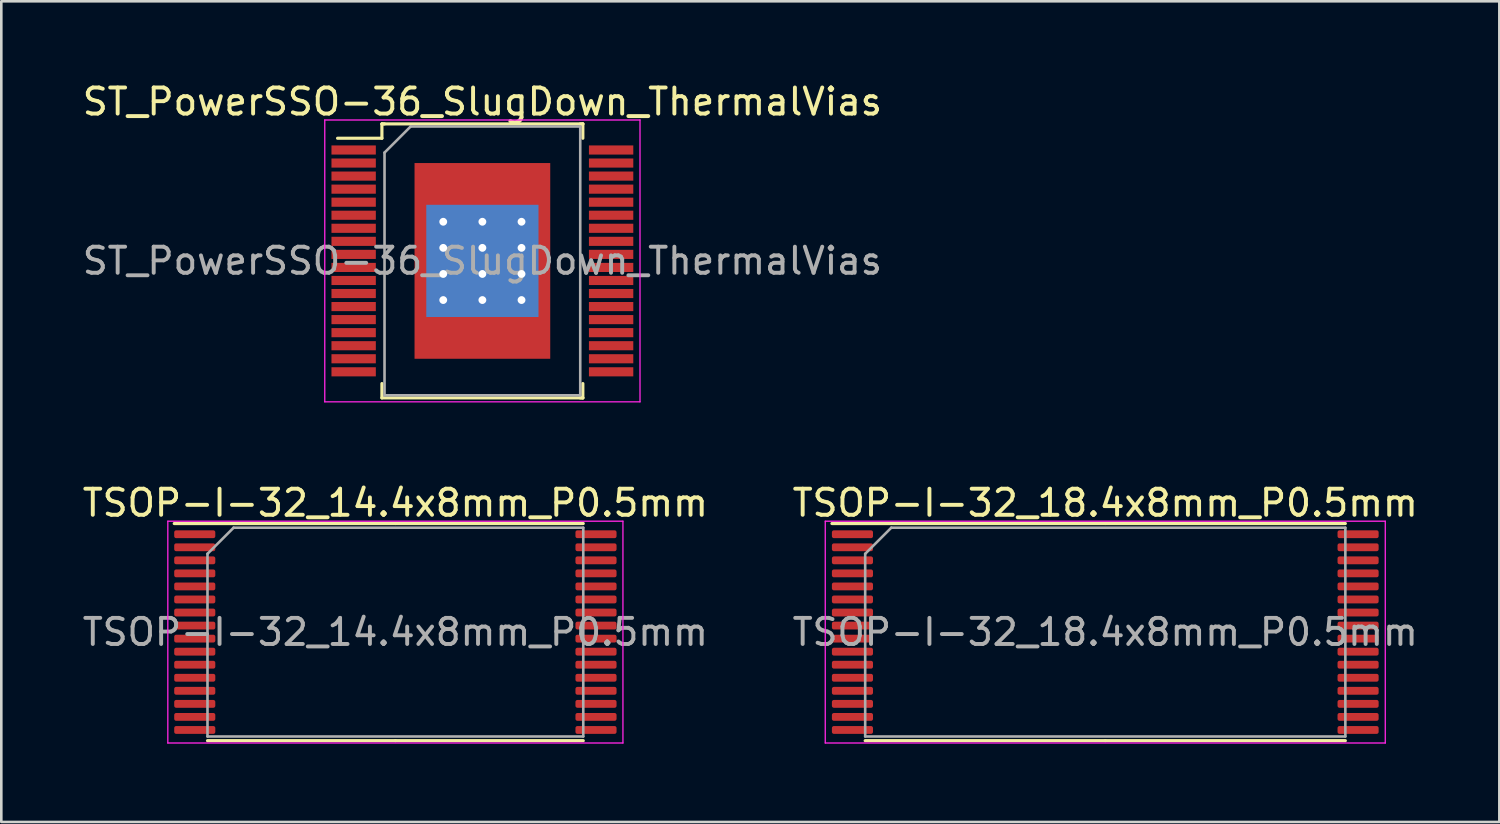
<source format=kicad_pcb>
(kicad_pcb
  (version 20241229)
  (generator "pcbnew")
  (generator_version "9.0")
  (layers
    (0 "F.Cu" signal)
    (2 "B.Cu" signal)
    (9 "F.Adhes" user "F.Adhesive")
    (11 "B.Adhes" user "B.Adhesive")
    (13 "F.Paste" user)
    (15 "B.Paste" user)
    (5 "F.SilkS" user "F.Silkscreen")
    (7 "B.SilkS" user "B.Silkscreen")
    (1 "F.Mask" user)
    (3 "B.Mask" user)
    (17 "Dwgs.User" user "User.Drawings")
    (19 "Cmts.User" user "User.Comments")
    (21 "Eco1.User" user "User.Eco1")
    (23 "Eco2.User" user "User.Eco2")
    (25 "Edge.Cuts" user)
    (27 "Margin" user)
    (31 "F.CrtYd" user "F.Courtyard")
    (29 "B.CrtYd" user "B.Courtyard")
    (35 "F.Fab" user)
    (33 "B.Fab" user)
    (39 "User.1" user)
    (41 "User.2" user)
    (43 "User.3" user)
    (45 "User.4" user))
  (footprint "ST_PowerSSO-36_SlugDown_ThermalVias"
    (layer "F.Cu")
    (at 15.435 6.948)
    (property "Reference" "ST_PowerSSO-36_SlugDown_ThermalVias" (at 0 -6.1 0) (layer "F.SilkS") (effects (font (size 1 1) (thickness 0.15))))
    (attr smd)
    (fp_line (start -3.85 -5.25) (end -3.85 -4.7) (stroke (width 0.12) (type solid)) (layer "F.SilkS"))
    (fp_line (start -3.85 -4.7) (end -5.55 -4.7) (stroke (width 0.12) (type solid)) (layer "F.SilkS"))
    (fp_line (start -3.85 5.25) (end -3.85 4.7) (stroke (width 0.12) (type solid)) (layer "F.SilkS"))
    (fp_line (start -3.75 -5.25) (end -3.85 -5.25) (stroke (width 0.12) (type solid)) (layer "F.SilkS"))
    (fp_line (start 3.75 -5.25) (end 3.85 -5.25) (stroke (width 0.12) (type solid)) (layer "F.SilkS"))
    (fp_line (start 3.75 5.25) (end 3.85 5.25) (stroke (width 0.12) (type solid)) (layer "F.SilkS"))
    (fp_line (start 3.85 -5.25) (end -3.85 -5.25) (stroke (width 0.12) (type solid)) (layer "F.SilkS"))
    (fp_line (start 3.85 -5.25) (end 3.85 -4.7) (stroke (width 0.12) (type solid)) (layer "F.SilkS"))
    (fp_line (start 3.85 5.25) (end -3.85 5.25) (stroke (width 0.12) (type solid)) (layer "F.SilkS"))
    (fp_line (start 3.85 5.25) (end 3.85 4.7) (stroke (width 0.12) (type solid)) (layer "F.SilkS"))
    (fp_line (start -6.04 -5.4) (end -6.04 5.4) (stroke (width 0.05) (type solid)) (layer "F.CrtYd"))
    (fp_line (start -6.04 -5.4) (end 6.04 -5.4) (stroke (width 0.05) (type solid)) (layer "F.CrtYd"))
    (fp_line (start 6.04 5.4) (end -6.04 5.4) (stroke (width 0.05) (type solid)) (layer "F.CrtYd"))
    (fp_line (start 6.04 5.4) (end 6.04 -5.4) (stroke (width 0.05) (type solid)) (layer "F.CrtYd"))
    (fp_line (start -3.75 -4.15) (end -3.75 5.15) (stroke (width 0.1) (type solid)) (layer "F.Fab"))
    (fp_line (start -3.75 5.15) (end 3.75 5.15) (stroke (width 0.1) (type solid)) (layer "F.Fab"))
    (fp_line (start -2.75 -5.15) (end -3.75 -4.15) (stroke (width 0.1) (type solid)) (layer "F.Fab"))
    (fp_line (start 3.75 -5.15) (end -2.75 -5.15) (stroke (width 0.1) (type solid)) (layer "F.Fab"))
    (fp_line (start 3.75 5.15) (end 3.75 -5.15) (stroke (width 0.1) (type solid)) (layer "F.Fab"))
    (fp_text user "${REFERENCE}" (at 0 0 0) (layer "F.Fab") (effects (font (size 1 1) (thickness 0.15))))
    (pad "1" smd rect (at -4.933 -4.25) (size 1.7 0.35) (layers "F.Cu" "F.Mask" "F.Paste"))
    (pad "2" smd rect (at -4.933 -3.75) (size 1.7 0.35) (layers "F.Cu" "F.Mask" "F.Paste"))
    (pad "3" smd rect (at -4.933 -3.25) (size 1.7 0.35) (layers "F.Cu" "F.Mask" "F.Paste"))
    (pad "4" smd rect (at -4.933 -2.75) (size 1.7 0.35) (layers "F.Cu" "F.Mask" "F.Paste"))
    (pad "5" smd rect (at -4.933 -2.25) (size 1.7 0.35) (layers "F.Cu" "F.Mask" "F.Paste"))
    (pad "6" smd rect (at -4.933 -1.75) (size 1.7 0.35) (layers "F.Cu" "F.Mask" "F.Paste"))
    (pad "7" smd rect (at -4.933 -1.25) (size 1.7 0.35) (layers "F.Cu" "F.Mask" "F.Paste"))
    (pad "8" smd rect (at -4.933 -0.75) (size 1.7 0.35) (layers "F.Cu" "F.Mask" "F.Paste"))
    (pad "9" smd rect (at -4.933 -0.25) (size 1.7 0.35) (layers "F.Cu" "F.Mask" "F.Paste"))
    (pad "10" smd rect (at -4.933 0.25) (size 1.7 0.35) (layers "F.Cu" "F.Mask" "F.Paste"))
    (pad "11" smd rect (at -4.933 0.75) (size 1.7 0.35) (layers "F.Cu" "F.Mask" "F.Paste"))
    (pad "12" smd rect (at -4.933 1.25) (size 1.7 0.35) (layers "F.Cu" "F.Mask" "F.Paste"))
    (pad "13" smd rect (at -4.933 1.75) (size 1.7 0.35) (layers "F.Cu" "F.Mask" "F.Paste"))
    (pad "14" smd rect (at -4.933 2.25) (size 1.7 0.35) (layers "F.Cu" "F.Mask" "F.Paste"))
    (pad "15" smd rect (at -4.933 2.75) (size 1.7 0.35) (layers "F.Cu" "F.Mask" "F.Paste"))
    (pad "16" smd rect (at -4.933 3.25) (size 1.7 0.35) (layers "F.Cu" "F.Mask" "F.Paste"))
    (pad "17" smd rect (at -4.933 3.75) (size 1.7 0.35) (layers "F.Cu" "F.Mask" "F.Paste"))
    (pad "18" smd rect (at -4.933 4.25) (size 1.7 0.35) (layers "F.Cu" "F.Mask" "F.Paste"))
    (pad "19" smd rect (at 4.933 4.25) (size 1.7 0.35) (layers "F.Cu" "F.Mask" "F.Paste"))
    (pad "20" smd rect (at 4.933 3.75) (size 1.7 0.35) (layers "F.Cu" "F.Mask" "F.Paste"))
    (pad "21" smd rect (at 4.933 3.25) (size 1.7 0.35) (layers "F.Cu" "F.Mask" "F.Paste"))
    (pad "22" smd rect (at 4.933 2.75) (size 1.7 0.35) (layers "F.Cu" "F.Mask" "F.Paste"))
    (pad "23" smd rect (at 4.933 2.25) (size 1.7 0.35) (layers "F.Cu" "F.Mask" "F.Paste"))
    (pad "24" smd rect (at 4.933 1.75) (size 1.7 0.35) (layers "F.Cu" "F.Mask" "F.Paste"))
    (pad "25" smd rect (at 4.933 1.25) (size 1.7 0.35) (layers "F.Cu" "F.Mask" "F.Paste"))
    (pad "26" smd rect (at 4.933 0.75) (size 1.7 0.35) (layers "F.Cu" "F.Mask" "F.Paste"))
    (pad "27" smd rect (at 4.933 0.25) (size 1.7 0.35) (layers "F.Cu" "F.Mask" "F.Paste"))
    (pad "28" smd rect (at 4.933 -0.25) (size 1.7 0.35) (layers "F.Cu" "F.Mask" "F.Paste"))
    (pad "29" smd rect (at 4.933 -0.75) (size 1.7 0.35) (layers "F.Cu" "F.Mask" "F.Paste"))
    (pad "30" smd rect (at 4.933 -1.25) (size 1.7 0.35) (layers "F.Cu" "F.Mask" "F.Paste"))
    (pad "31" smd rect (at 4.933 -1.75) (size 1.7 0.35) (layers "F.Cu" "F.Mask" "F.Paste"))
    (pad "32" smd rect (at 4.933 -2.25) (size 1.7 0.35) (layers "F.Cu" "F.Mask" "F.Paste"))
    (pad "33" smd rect (at 4.933 -2.75) (size 1.7 0.35) (layers "F.Cu" "F.Mask" "F.Paste"))
    (pad "34" smd rect (at 4.933 -3.25) (size 1.7 0.35) (layers "F.Cu" "F.Mask" "F.Paste"))
    (pad "35" smd rect (at 4.933 -3.75) (size 1.7 0.35) (layers "F.Cu" "F.Mask" "F.Paste"))
    (pad "36" smd rect (at 4.933 -4.25) (size 1.7 0.35) (layers "F.Cu" "F.Mask" "F.Paste"))
    (pad "37" thru_hole circle (at -1.5 -1.5) (size 0.6 0.6) (drill 0.3) (layers "*.Cu"))
    (pad "37" thru_hole circle (at -1.5 -0.5) (size 0.6 0.6) (drill 0.3) (layers "*.Cu"))
    (pad "37" thru_hole circle (at -1.5 0.5) (size 0.6 0.6) (drill 0.3) (layers "*.Cu"))
    (pad "37" thru_hole circle (at -1.5 1.5) (size 0.6 0.6) (drill 0.3) (layers "*.Cu"))
    (pad "37" thru_hole circle (at 0 -1.5) (size 0.6 0.6) (drill 0.3) (layers "*.Cu"))
    (pad "37" thru_hole circle (at 0 -0.5) (size 0.6 0.6) (drill 0.3) (layers "*.Cu"))
    (pad "37" smd rect (at 0 0) (size 4.3 4.3) (layers "B.Cu"))
    (pad "37" smd rect (at 0 0) (size 5.2 7.5) (layers "F.Cu" "F.Mask" "F.Paste"))
    (pad "37" thru_hole circle (at 0 0.5) (size 0.6 0.6) (drill 0.3) (layers "*.Cu"))
    (pad "37" thru_hole circle (at 0 1.5) (size 0.6 0.6) (drill 0.3) (layers "*.Cu"))
    (pad "37" thru_hole circle (at 1.5 -1.5) (size 0.6 0.6) (drill 0.3) (layers "*.Cu"))
    (pad "37" thru_hole circle (at 1.5 -0.5) (size 0.6 0.6) (drill 0.3) (layers "*.Cu"))
    (pad "37" thru_hole circle (at 1.5 0.5) (size 0.6 0.6) (drill 0.3) (layers "*.Cu"))
    (pad "37" thru_hole circle (at 1.5 1.5) (size 0.6 0.6) (drill 0.3) (layers "*.Cu")))
  (footprint "TSOP-I-32_14.4x8mm_P0.5mm"
    (layer "F.Cu")
    (at 12.101 21.172)
    (property "Reference" "TSOP-I-32_14.4x8mm_P0.5mm" (at 0 -4.95 0) (layer "F.SilkS") (effects (font (size 1 1) (thickness 0.15))))
    (attr smd)
    (fp_line (start 0 -4.16) (end -8.475 -4.16) (stroke (width 0.12) (type solid)) (layer "F.SilkS"))
    (fp_line (start 0 -4.16) (end 7.2 -4.16) (stroke (width 0.12) (type solid)) (layer "F.SilkS"))
    (fp_line (start 0 4.16) (end -7.2 4.16) (stroke (width 0.12) (type solid)) (layer "F.SilkS"))
    (fp_line (start 0 4.16) (end 7.2 4.16) (stroke (width 0.12) (type solid)) (layer "F.SilkS"))
    (fp_line (start -8.72 -4.25) (end -8.72 4.25) (stroke (width 0.05) (type solid)) (layer "F.CrtYd"))
    (fp_line (start -8.72 4.25) (end 8.72 4.25) (stroke (width 0.05) (type solid)) (layer "F.CrtYd"))
    (fp_line (start 8.72 -4.25) (end -8.72 -4.25) (stroke (width 0.05) (type solid)) (layer "F.CrtYd"))
    (fp_line (start 8.72 4.25) (end 8.72 -4.25) (stroke (width 0.05) (type solid)) (layer "F.CrtYd"))
    (fp_line (start -7.2 -3) (end -6.2 -4) (stroke (width 0.1) (type solid)) (layer "F.Fab"))
    (fp_line (start -7.2 4) (end -7.2 -3) (stroke (width 0.1) (type solid)) (layer "F.Fab"))
    (fp_line (start -6.2 -4) (end 7.2 -4) (stroke (width 0.1) (type solid)) (layer "F.Fab"))
    (fp_line (start 7.2 -4) (end 7.2 4) (stroke (width 0.1) (type solid)) (layer "F.Fab"))
    (fp_line (start 7.2 4) (end -7.2 4) (stroke (width 0.1) (type solid)) (layer "F.Fab"))
    (fp_text user "${REFERENCE}" (at 0 0 0) (layer "F.Fab") (effects (font (size 1 1) (thickness 0.15))))
    (pad "1" smd roundrect (at -7.688 -3.75) (size 1.575 0.3) (layers "F.Cu" "F.Mask" "F.Paste") (roundrect_rratio 0.25))
    (pad "2" smd roundrect (at -7.688 -3.25) (size 1.575 0.3) (layers "F.Cu" "F.Mask" "F.Paste") (roundrect_rratio 0.25))
    (pad "3" smd roundrect (at -7.688 -2.75) (size 1.575 0.3) (layers "F.Cu" "F.Mask" "F.Paste") (roundrect_rratio 0.25))
    (pad "4" smd roundrect (at -7.688 -2.25) (size 1.575 0.3) (layers "F.Cu" "F.Mask" "F.Paste") (roundrect_rratio 0.25))
    (pad "5" smd roundrect (at -7.688 -1.75) (size 1.575 0.3) (layers "F.Cu" "F.Mask" "F.Paste") (roundrect_rratio 0.25))
    (pad "6" smd roundrect (at -7.688 -1.25) (size 1.575 0.3) (layers "F.Cu" "F.Mask" "F.Paste") (roundrect_rratio 0.25))
    (pad "7" smd roundrect (at -7.688 -0.75) (size 1.575 0.3) (layers "F.Cu" "F.Mask" "F.Paste") (roundrect_rratio 0.25))
    (pad "8" smd roundrect (at -7.688 -0.25) (size 1.575 0.3) (layers "F.Cu" "F.Mask" "F.Paste") (roundrect_rratio 0.25))
    (pad "9" smd roundrect (at -7.688 0.25) (size 1.575 0.3) (layers "F.Cu" "F.Mask" "F.Paste") (roundrect_rratio 0.25))
    (pad "10" smd roundrect (at -7.688 0.75) (size 1.575 0.3) (layers "F.Cu" "F.Mask" "F.Paste") (roundrect_rratio 0.25))
    (pad "11" smd roundrect (at -7.688 1.25) (size 1.575 0.3) (layers "F.Cu" "F.Mask" "F.Paste") (roundrect_rratio 0.25))
    (pad "12" smd roundrect (at -7.688 1.75) (size 1.575 0.3) (layers "F.Cu" "F.Mask" "F.Paste") (roundrect_rratio 0.25))
    (pad "13" smd roundrect (at -7.688 2.25) (size 1.575 0.3) (layers "F.Cu" "F.Mask" "F.Paste") (roundrect_rratio 0.25))
    (pad "14" smd roundrect (at -7.688 2.75) (size 1.575 0.3) (layers "F.Cu" "F.Mask" "F.Paste") (roundrect_rratio 0.25))
    (pad "15" smd roundrect (at -7.688 3.25) (size 1.575 0.3) (layers "F.Cu" "F.Mask" "F.Paste") (roundrect_rratio 0.25))
    (pad "16" smd roundrect (at -7.688 3.75) (size 1.575 0.3) (layers "F.Cu" "F.Mask" "F.Paste") (roundrect_rratio 0.25))
    (pad "17" smd roundrect (at 7.688 3.75) (size 1.575 0.3) (layers "F.Cu" "F.Mask" "F.Paste") (roundrect_rratio 0.25))
    (pad "18" smd roundrect (at 7.688 3.25) (size 1.575 0.3) (layers "F.Cu" "F.Mask" "F.Paste") (roundrect_rratio 0.25))
    (pad "19" smd roundrect (at 7.688 2.75) (size 1.575 0.3) (layers "F.Cu" "F.Mask" "F.Paste") (roundrect_rratio 0.25))
    (pad "20" smd roundrect (at 7.688 2.25) (size 1.575 0.3) (layers "F.Cu" "F.Mask" "F.Paste") (roundrect_rratio 0.25))
    (pad "21" smd roundrect (at 7.688 1.75) (size 1.575 0.3) (layers "F.Cu" "F.Mask" "F.Paste") (roundrect_rratio 0.25))
    (pad "22" smd roundrect (at 7.688 1.25) (size 1.575 0.3) (layers "F.Cu" "F.Mask" "F.Paste") (roundrect_rratio 0.25))
    (pad "23" smd roundrect (at 7.688 0.75) (size 1.575 0.3) (layers "F.Cu" "F.Mask" "F.Paste") (roundrect_rratio 0.25))
    (pad "24" smd roundrect (at 7.688 0.25) (size 1.575 0.3) (layers "F.Cu" "F.Mask" "F.Paste") (roundrect_rratio 0.25))
    (pad "25" smd roundrect (at 7.688 -0.25) (size 1.575 0.3) (layers "F.Cu" "F.Mask" "F.Paste") (roundrect_rratio 0.25))
    (pad "26" smd roundrect (at 7.688 -0.75) (size 1.575 0.3) (layers "F.Cu" "F.Mask" "F.Paste") (roundrect_rratio 0.25))
    (pad "27" smd roundrect (at 7.688 -1.25) (size 1.575 0.3) (layers "F.Cu" "F.Mask" "F.Paste") (roundrect_rratio 0.25))
    (pad "28" smd roundrect (at 7.688 -1.75) (size 1.575 0.3) (layers "F.Cu" "F.Mask" "F.Paste") (roundrect_rratio 0.25))
    (pad "29" smd roundrect (at 7.688 -2.25) (size 1.575 0.3) (layers "F.Cu" "F.Mask" "F.Paste") (roundrect_rratio 0.25))
    (pad "30" smd roundrect (at 7.688 -2.75) (size 1.575 0.3) (layers "F.Cu" "F.Mask" "F.Paste") (roundrect_rratio 0.25))
    (pad "31" smd roundrect (at 7.688 -3.25) (size 1.575 0.3) (layers "F.Cu" "F.Mask" "F.Paste") (roundrect_rratio 0.25))
    (pad "32" smd roundrect (at 7.688 -3.75) (size 1.575 0.3) (layers "F.Cu" "F.Mask" "F.Paste") (roundrect_rratio 0.25)))
  (footprint "TSOP-I-32_18.4x8mm_P0.5mm"
    (layer "F.Cu")
    (at 39.304 21.172)
    (property "Reference" "TSOP-I-32_18.4x8mm_P0.5mm" (at 0 -4.95 0) (layer "F.SilkS") (effects (font (size 1 1) (thickness 0.15))))
    (attr smd)
    (fp_line (start 0 -4.16) (end -10.475 -4.16) (stroke (width 0.12) (type solid)) (layer "F.SilkS"))
    (fp_line (start 0 -4.16) (end 9.2 -4.16) (stroke (width 0.12) (type solid)) (layer "F.SilkS"))
    (fp_line (start 0 4.16) (end -9.2 4.16) (stroke (width 0.12) (type solid)) (layer "F.SilkS"))
    (fp_line (start 0 4.16) (end 9.2 4.16) (stroke (width 0.12) (type solid)) (layer "F.SilkS"))
    (fp_line (start -10.73 -4.25) (end -10.73 4.25) (stroke (width 0.05) (type solid)) (layer "F.CrtYd"))
    (fp_line (start -10.73 4.25) (end 10.73 4.25) (stroke (width 0.05) (type solid)) (layer "F.CrtYd"))
    (fp_line (start 10.73 -4.25) (end -10.73 -4.25) (stroke (width 0.05) (type solid)) (layer "F.CrtYd"))
    (fp_line (start 10.73 4.25) (end 10.73 -4.25) (stroke (width 0.05) (type solid)) (layer "F.CrtYd"))
    (fp_line (start -9.2 -3) (end -8.2 -4) (stroke (width 0.1) (type solid)) (layer "F.Fab"))
    (fp_line (start -9.2 4) (end -9.2 -3) (stroke (width 0.1) (type solid)) (layer "F.Fab"))
    (fp_line (start -8.2 -4) (end 9.2 -4) (stroke (width 0.1) (type solid)) (layer "F.Fab"))
    (fp_line (start 9.2 -4) (end 9.2 4) (stroke (width 0.1) (type solid)) (layer "F.Fab"))
    (fp_line (start 9.2 4) (end -9.2 4) (stroke (width 0.1) (type solid)) (layer "F.Fab"))
    (fp_text user "${REFERENCE}" (at 0 0 0) (layer "F.Fab") (effects (font (size 1 1) (thickness 0.15))))
    (pad "1" smd roundrect (at -9.688 -3.75) (size 1.575 0.3) (layers "F.Cu" "F.Mask" "F.Paste") (roundrect_rratio 0.25))
    (pad "2" smd roundrect (at -9.688 -3.25) (size 1.575 0.3) (layers "F.Cu" "F.Mask" "F.Paste") (roundrect_rratio 0.25))
    (pad "3" smd roundrect (at -9.688 -2.75) (size 1.575 0.3) (layers "F.Cu" "F.Mask" "F.Paste") (roundrect_rratio 0.25))
    (pad "4" smd roundrect (at -9.688 -2.25) (size 1.575 0.3) (layers "F.Cu" "F.Mask" "F.Paste") (roundrect_rratio 0.25))
    (pad "5" smd roundrect (at -9.688 -1.75) (size 1.575 0.3) (layers "F.Cu" "F.Mask" "F.Paste") (roundrect_rratio 0.25))
    (pad "6" smd roundrect (at -9.688 -1.25) (size 1.575 0.3) (layers "F.Cu" "F.Mask" "F.Paste") (roundrect_rratio 0.25))
    (pad "7" smd roundrect (at -9.688 -0.75) (size 1.575 0.3) (layers "F.Cu" "F.Mask" "F.Paste") (roundrect_rratio 0.25))
    (pad "8" smd roundrect (at -9.688 -0.25) (size 1.575 0.3) (layers "F.Cu" "F.Mask" "F.Paste") (roundrect_rratio 0.25))
    (pad "9" smd roundrect (at -9.688 0.25) (size 1.575 0.3) (layers "F.Cu" "F.Mask" "F.Paste") (roundrect_rratio 0.25))
    (pad "10" smd roundrect (at -9.688 0.75) (size 1.575 0.3) (layers "F.Cu" "F.Mask" "F.Paste") (roundrect_rratio 0.25))
    (pad "11" smd roundrect (at -9.688 1.25) (size 1.575 0.3) (layers "F.Cu" "F.Mask" "F.Paste") (roundrect_rratio 0.25))
    (pad "12" smd roundrect (at -9.688 1.75) (size 1.575 0.3) (layers "F.Cu" "F.Mask" "F.Paste") (roundrect_rratio 0.25))
    (pad "13" smd roundrect (at -9.688 2.25) (size 1.575 0.3) (layers "F.Cu" "F.Mask" "F.Paste") (roundrect_rratio 0.25))
    (pad "14" smd roundrect (at -9.688 2.75) (size 1.575 0.3) (layers "F.Cu" "F.Mask" "F.Paste") (roundrect_rratio 0.25))
    (pad "15" smd roundrect (at -9.688 3.25) (size 1.575 0.3) (layers "F.Cu" "F.Mask" "F.Paste") (roundrect_rratio 0.25))
    (pad "16" smd roundrect (at -9.688 3.75) (size 1.575 0.3) (layers "F.Cu" "F.Mask" "F.Paste") (roundrect_rratio 0.25))
    (pad "17" smd roundrect (at 9.688 3.75) (size 1.575 0.3) (layers "F.Cu" "F.Mask" "F.Paste") (roundrect_rratio 0.25))
    (pad "18" smd roundrect (at 9.688 3.25) (size 1.575 0.3) (layers "F.Cu" "F.Mask" "F.Paste") (roundrect_rratio 0.25))
    (pad "19" smd roundrect (at 9.688 2.75) (size 1.575 0.3) (layers "F.Cu" "F.Mask" "F.Paste") (roundrect_rratio 0.25))
    (pad "20" smd roundrect (at 9.688 2.25) (size 1.575 0.3) (layers "F.Cu" "F.Mask" "F.Paste") (roundrect_rratio 0.25))
    (pad "21" smd roundrect (at 9.688 1.75) (size 1.575 0.3) (layers "F.Cu" "F.Mask" "F.Paste") (roundrect_rratio 0.25))
    (pad "22" smd roundrect (at 9.688 1.25) (size 1.575 0.3) (layers "F.Cu" "F.Mask" "F.Paste") (roundrect_rratio 0.25))
    (pad "23" smd roundrect (at 9.688 0.75) (size 1.575 0.3) (layers "F.Cu" "F.Mask" "F.Paste") (roundrect_rratio 0.25))
    (pad "24" smd roundrect (at 9.688 0.25) (size 1.575 0.3) (layers "F.Cu" "F.Mask" "F.Paste") (roundrect_rratio 0.25))
    (pad "25" smd roundrect (at 9.688 -0.25) (size 1.575 0.3) (layers "F.Cu" "F.Mask" "F.Paste") (roundrect_rratio 0.25))
    (pad "26" smd roundrect (at 9.688 -0.75) (size 1.575 0.3) (layers "F.Cu" "F.Mask" "F.Paste") (roundrect_rratio 0.25))
    (pad "27" smd roundrect (at 9.688 -1.25) (size 1.575 0.3) (layers "F.Cu" "F.Mask" "F.Paste") (roundrect_rratio 0.25))
    (pad "28" smd roundrect (at 9.688 -1.75) (size 1.575 0.3) (layers "F.Cu" "F.Mask" "F.Paste") (roundrect_rratio 0.25))
    (pad "29" smd roundrect (at 9.688 -2.25) (size 1.575 0.3) (layers "F.Cu" "F.Mask" "F.Paste") (roundrect_rratio 0.25))
    (pad "30" smd roundrect (at 9.688 -2.75) (size 1.575 0.3) (layers "F.Cu" "F.Mask" "F.Paste") (roundrect_rratio 0.25))
    (pad "31" smd roundrect (at 9.688 -3.25) (size 1.575 0.3) (layers "F.Cu" "F.Mask" "F.Paste") (roundrect_rratio 0.25))
    (pad "32" smd roundrect (at 9.688 -3.75) (size 1.575 0.3) (layers "F.Cu" "F.Mask" "F.Paste") (roundrect_rratio 0.25)))
  (gr_rect
    (start -3 -3)
    (end 54.405 28.447)
    (stroke (width 0.1) (type default))
    (fill no)
    (layer "Edge.Cuts")))
</source>
